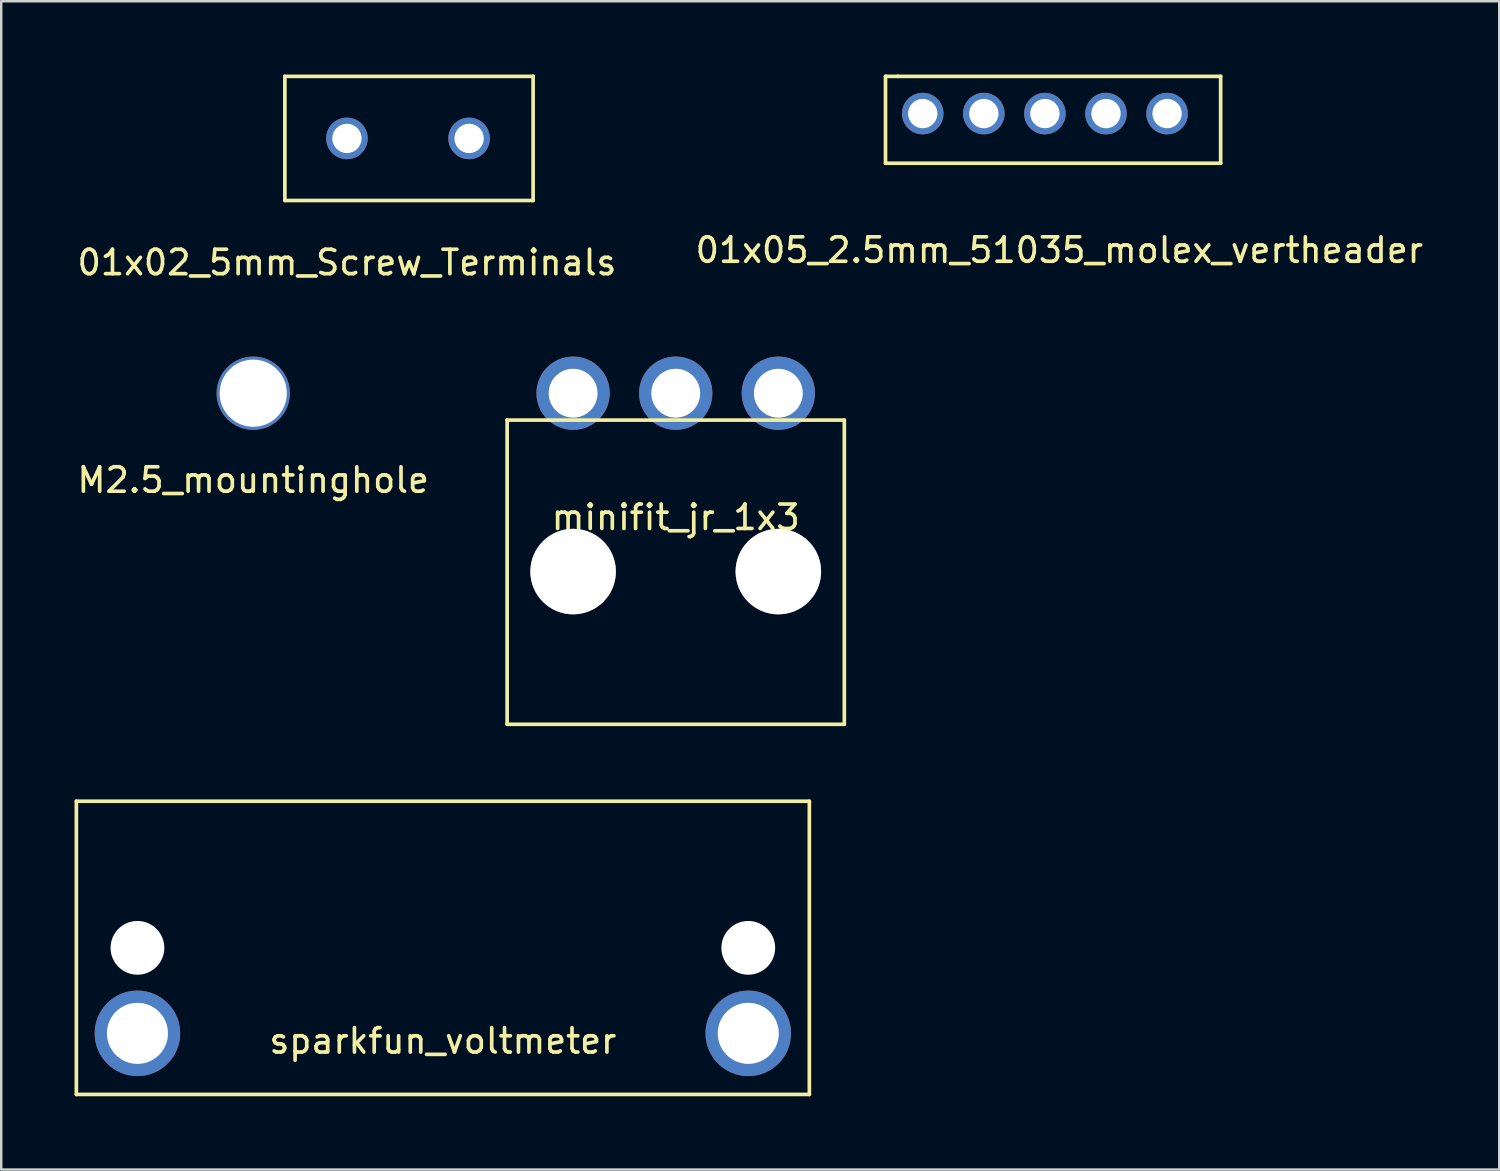
<source format=kicad_pcb>
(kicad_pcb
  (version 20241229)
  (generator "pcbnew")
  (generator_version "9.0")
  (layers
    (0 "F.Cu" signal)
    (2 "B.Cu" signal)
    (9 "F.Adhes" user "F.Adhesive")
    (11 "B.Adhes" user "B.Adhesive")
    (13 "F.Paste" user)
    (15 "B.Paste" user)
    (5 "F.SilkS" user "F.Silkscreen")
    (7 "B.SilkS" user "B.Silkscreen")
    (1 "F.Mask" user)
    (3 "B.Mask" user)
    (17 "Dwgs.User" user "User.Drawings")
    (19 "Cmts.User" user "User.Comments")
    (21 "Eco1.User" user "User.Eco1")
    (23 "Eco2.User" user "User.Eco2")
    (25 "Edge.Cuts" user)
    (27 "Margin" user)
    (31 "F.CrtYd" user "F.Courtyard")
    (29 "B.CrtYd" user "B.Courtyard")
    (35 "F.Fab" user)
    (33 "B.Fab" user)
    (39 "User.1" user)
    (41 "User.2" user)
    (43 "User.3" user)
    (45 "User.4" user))
  (footprint "M2.5_mountinghole"
    (layer "F.Cu")
    (at 7.315 13.043)
    (property "Reference" "M2.5_mountinghole" (at 0 3.556 0) (layer "F.SilkS") (effects (font (size 1 1) (thickness 0.15))))
    (attr through_hole)
    (pad "" np_thru_hole circle (at 0 0) (size 3 3) (drill 2.75) (layers "*.Cu" "*.Mask")))
  (footprint "minifit_jr_1x3"
    (layer "F.Cu")
    (at 24.606 13.043)
    (property "Reference" "minifit_jr_1x3" (at 0 5.08 0) (layer "F.SilkS") (effects (font (size 1 1) (thickness 0.15))))
    (attr through_hole)
    (fp_line (start -6.9 1.1) (end 6.9 1.1) (stroke (width 0.15) (type solid)) (layer "F.SilkS"))
    (fp_line (start -6.9 13.55) (end -6.9 1.1) (stroke (width 0.15) (type solid)) (layer "F.SilkS"))
    (fp_line (start -6.9 13.55) (end 6.9 13.55) (stroke (width 0.15) (type solid)) (layer "F.SilkS"))
    (fp_line (start 6.9 1.1) (end 6.9 13.55) (stroke (width 0.15) (type solid)) (layer "F.SilkS"))
    (pad "1" thru_hole circle (at -4.2 0) (size 3 3) (drill 2) (layers "*.Cu" "*.Mask"))
    (pad "2" thru_hole circle (at 0 0) (size 3 3) (drill 2) (layers "*.Cu" "*.Mask"))
    (pad "3" thru_hole circle (at 4.2 0) (size 3 3) (drill 2) (layers "*.Cu" "*.Mask"))
    (pad "4" thru_hole circle (at -4.2 7.3) (size 3.5 3.5) (drill 3.5) (layers "*.Cu" "*.Mask"))
    (pad "5" thru_hole circle (at 4.2 7.3) (size 3.5 3.5) (drill 3.5) (layers "*.Cu" "*.Mask")))
  (footprint "01x02_5mm_Screw_Terminals"
    (layer "F.Cu")
    (at 11.149 2.615)
    (property "Reference" "01x02_5mm_Screw_Terminals" (at 0 5.08 0) (layer "F.SilkS") (effects (font (size 1 1) (thickness 0.15))))
    (attr through_hole)
    (fp_line (start -2.54 -2.54) (end 7.62 -2.54) (stroke (width 0.15) (type solid)) (layer "F.SilkS"))
    (fp_line (start -2.54 2.54) (end -2.54 -2.54) (stroke (width 0.15) (type solid)) (layer "F.SilkS"))
    (fp_line (start 7.62 -2.54) (end 7.62 2.54) (stroke (width 0.15) (type solid)) (layer "F.SilkS"))
    (fp_line (start 7.62 2.54) (end -2.54 2.54) (stroke (width 0.15) (type solid)) (layer "F.SilkS"))
    (pad "1" thru_hole circle (at 0 0) (size 1.7 1.7) (drill 1.2) (layers "*.Cu" "*.Mask"))
    (pad "2" thru_hole circle (at 5 0) (size 1.7 1.7) (drill 1.2) (layers "*.Cu" "*.Mask")))
  (footprint "sparkfun_voltmeter"
    (layer "F.Cu")
    (at 15.075 35.743)
    (property "Reference" "sparkfun_voltmeter" (at 0 3.81 0) (layer "F.SilkS") (effects (font (size 1 1) (thickness 0.15))))
    (attr through_hole)
    (fp_line (start -15 -6) (end -15 6) (stroke (width 0.15) (type solid)) (layer "F.SilkS"))
    (fp_line (start -15 -6) (end 15 -6) (stroke (width 0.15) (type solid)) (layer "F.SilkS"))
    (fp_line (start 15 -6) (end 15 6) (stroke (width 0.15) (type solid)) (layer "F.SilkS"))
    (fp_line (start 15 6) (end -15 6) (stroke (width 0.15) (type solid)) (layer "F.SilkS"))
    (pad "" np_thru_hole circle (at -12.5 0) (size 2.2 2.2) (drill 2.2) (layers "*.Cu" "*.Mask"))
    (pad "" np_thru_hole circle (at 12.5 0) (size 2.2 2.2) (drill 2.2) (layers "*.Cu" "*.Mask"))
    (pad "1" thru_hole circle (at 12.5 3.5) (size 3.5 3.5) (drill 2.5) (layers "*.Cu" "*.Mask"))
    (pad "2" thru_hole circle (at -12.5 3.5) (size 3.5 3.5) (drill 2.5) (layers "*.Cu" "*.Mask")))
  (footprint "01x05_2.5mm_51035_molex_vertheader"
    (layer "F.Cu")
    (at 34.716 1.599)
    (property "Reference" "01x05_2.5mm_51035_molex_vertheader" (at 5.588 5.588 0) (layer "F.SilkS") (effects (font (size 1 1) (thickness 0.15))))
    (attr through_hole)
    (fp_line (start -1.524 -1.524) (end -1.016 -1.524) (stroke (width 0.15) (type solid)) (layer "F.SilkS"))
    (fp_line (start -1.524 2.032) (end -1.524 -1.524) (stroke (width 0.15) (type solid)) (layer "F.SilkS"))
    (fp_line (start -1.016 -1.524) (end 12.192 -1.524) (stroke (width 0.15) (type solid)) (layer "F.SilkS"))
    (fp_line (start 12.192 -1.524) (end 12.192 2.032) (stroke (width 0.15) (type solid)) (layer "F.SilkS"))
    (fp_line (start 12.192 2.032) (end -1.524 2.032) (stroke (width 0.15) (type solid)) (layer "F.SilkS"))
    (pad "1" thru_hole circle (at 0 0) (size 1.7 1.7) (drill 1.2) (layers "*.Cu" "*.Mask"))
    (pad "2" thru_hole circle (at 2.5 0) (size 1.7 1.7) (drill 1.2) (layers "*.Cu" "*.Mask"))
    (pad "3" thru_hole circle (at 5 0) (size 1.7 1.7) (drill 1.2) (layers "*.Cu" "*.Mask"))
    (pad "4" thru_hole circle (at 7.5 0) (size 1.7 1.7) (drill 1.2) (layers "*.Cu" "*.Mask"))
    (pad "5" thru_hole circle (at 10 0) (size 1.7 1.7) (drill 1.2) (layers "*.Cu" "*.Mask")))
  (gr_rect
    (start -3 -3)
    (end 58.31 44.818)
    (stroke (width 0.1) (type default))
    (fill no)
    (layer "Edge.Cuts")))
</source>
